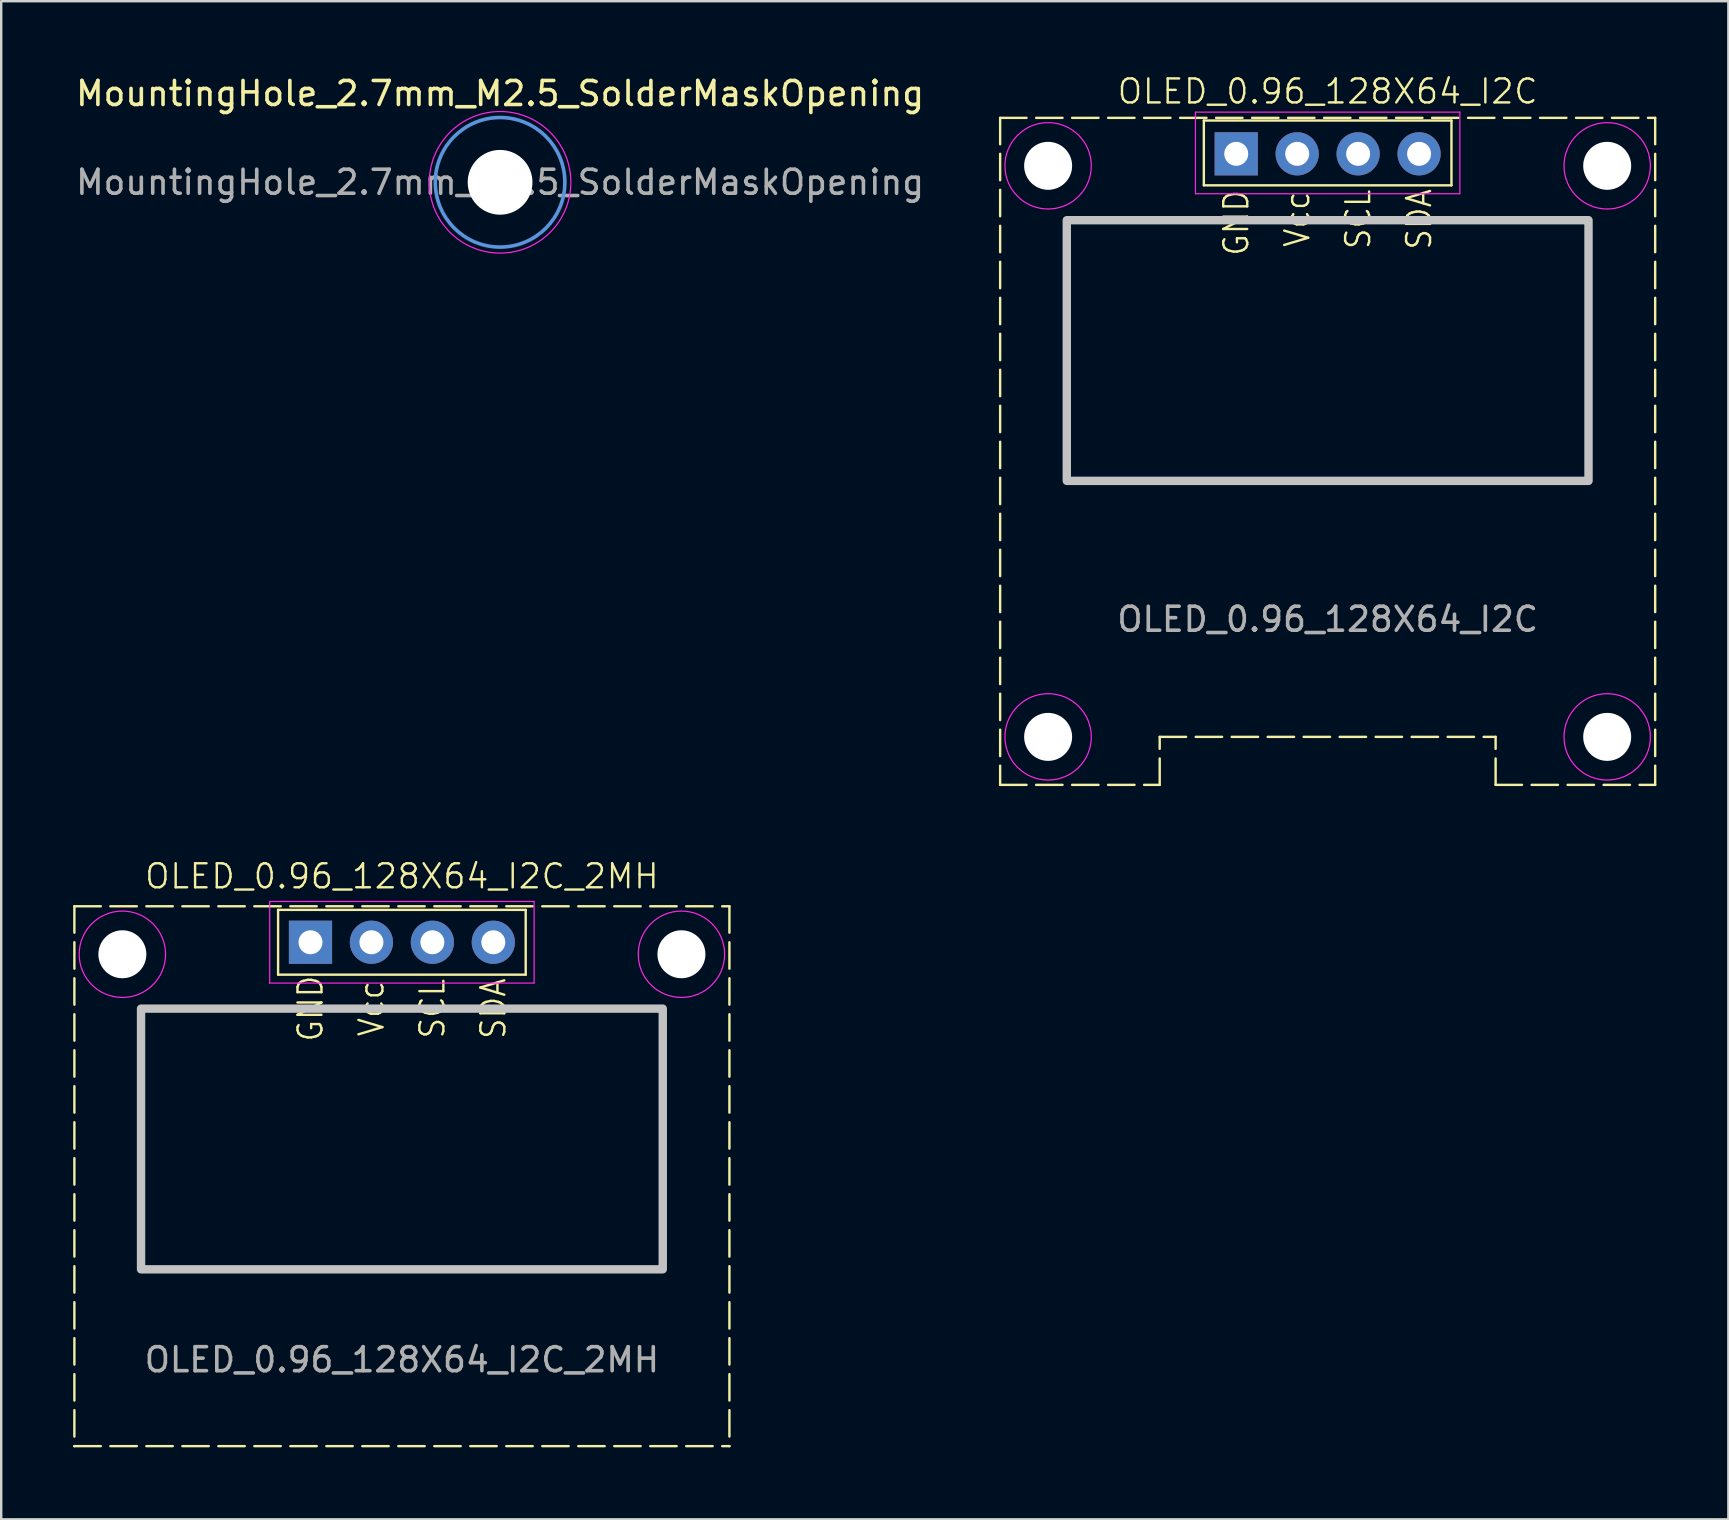
<source format=kicad_pcb>
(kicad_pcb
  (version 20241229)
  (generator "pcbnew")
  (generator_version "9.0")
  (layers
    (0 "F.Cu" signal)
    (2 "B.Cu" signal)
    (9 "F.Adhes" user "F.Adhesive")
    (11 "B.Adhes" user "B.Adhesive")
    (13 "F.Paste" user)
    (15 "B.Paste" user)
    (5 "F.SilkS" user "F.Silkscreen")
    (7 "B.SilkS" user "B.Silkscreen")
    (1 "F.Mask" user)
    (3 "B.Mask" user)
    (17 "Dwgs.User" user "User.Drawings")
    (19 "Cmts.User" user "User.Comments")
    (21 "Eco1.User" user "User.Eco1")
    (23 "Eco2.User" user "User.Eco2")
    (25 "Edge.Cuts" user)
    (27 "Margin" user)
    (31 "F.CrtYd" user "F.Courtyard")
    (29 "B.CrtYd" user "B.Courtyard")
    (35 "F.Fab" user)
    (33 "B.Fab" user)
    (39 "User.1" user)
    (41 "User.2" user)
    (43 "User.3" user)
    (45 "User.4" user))
  (footprint "OLED_0.96_128X64_I2C_2MH"
    (layer "F.Cu")
    (at 13.7 45.971)
    (property "Reference" "OLED_0.96_128X64_I2C_2MH" (at 0 -12.5 0) (unlocked yes) (layer "F.SilkS") (effects (font (size 1 1) (thickness 0.1))))
    (attr through_hole)
    (private_layers "User.1" "User.2")
    (fp_line (start -13.65 -11.25) (end -13.65 11.25) (stroke (width 0.1) (type dash)) (layer "F.SilkS"))
    (fp_line (start -13.65 -11.25) (end 13.65 -11.25) (stroke (width 0.1) (type dash)) (layer "F.SilkS"))
    (fp_line (start -13.65 11.25) (end 13.65 11.25) (stroke (width 0.1) (type dash)) (layer "F.SilkS"))
    (fp_line (start -5.16 -11.1) (end -5.16 -8.4) (stroke (width 0.1) (type default)) (layer "F.SilkS"))
    (fp_line (start -5.16 -11.1) (end 5.16 -11.1) (stroke (width 0.1) (type default)) (layer "F.SilkS"))
    (fp_line (start -5.16 -8.4) (end 5.16 -8.4) (stroke (width 0.1) (type default)) (layer "F.SilkS"))
    (fp_line (start 5.16 -11.1) (end 5.16 -8.4) (stroke (width 0.1) (type default)) (layer "F.SilkS"))
    (fp_line (start 13.65 -11.25) (end 13.65 11.25) (stroke (width 0.1) (type dash)) (layer "F.SilkS"))
    (fp_rect (start -10.872 -6.984) (end 10.872 3.88) (stroke (width 0.35) (type solid)) (fill no) (layer "Dwgs.User"))
    (fp_line (start -5.51 -11.45) (end -5.51 -8.05) (stroke (width 0.05) (type default)) (layer "F.CrtYd"))
    (fp_line (start -5.51 -11.45) (end 5.51 -11.45) (stroke (width 0.05) (type default)) (layer "F.CrtYd"))
    (fp_line (start 5.51 -11.45) (end 5.51 -8.05) (stroke (width 0.05) (type default)) (layer "F.CrtYd"))
    (fp_line (start 5.51 -8.05) (end -5.51 -8.05) (stroke (width 0.05) (type default)) (layer "F.CrtYd"))
    (fp_circle (center -11.65 -9.25) (end -9.85 -9.25) (stroke (width 0.05) (type default)) (fill no) (layer "F.CrtYd"))
    (fp_circle (center 11.65 -9.25) (end 13.45 -9.25) (stroke (width 0.05) (type default)) (fill no) (layer "F.CrtYd"))
    (fp_line (start -16 0) (end 16 0) (stroke (width 0.05) (type dash_dot)) (layer "User.1"))
    (fp_line (start -14.15 -9.25) (end -9.15 -9.25) (stroke (width 0.05) (type dash_dot)) (layer "User.1"))
    (fp_line (start -11.65 -11.75) (end -11.65 -6.75) (stroke (width 0.05) (type dash_dot)) (layer "User.1"))
    (fp_line (start 0 -12.35) (end 0 12.65) (stroke (width 0.05) (type dash_dot)) (layer "User.1"))
    (fp_line (start 9.15 -9.25) (end 14.15 -9.25) (stroke (width 0.05) (type dash_dot)) (layer "User.1"))
    (fp_line (start 11.65 -11.75) (end 11.65 -6.75) (stroke (width 0.05) (type dash_dot)) (layer "User.1"))
    (fp_text user "SDA" (at 3.81 -6.985 90) (unlocked yes) (layer "F.SilkS") (effects (font (size 1 0.9) (thickness 0.1))))
    (fp_text user "SCL" (at 1.27 -6.985 90) (unlocked yes) (layer "F.SilkS") (effects (font (size 1 0.9) (thickness 0.1))))
    (fp_text user "GND" (at -3.81 -6.985 90) (unlocked yes) (layer "F.SilkS") (effects (font (size 1 0.9) (thickness 0.1))))
    (fp_text user "Vcc" (at -1.27 -6.985 90) (unlocked yes) (layer "F.SilkS") (effects (font (size 1 0.9) (thickness 0.1))))
    (fp_text user "${REFERENCE}" (at 0 7.65 0) (unlocked yes) (layer "F.Fab") (effects (font (size 1 1) (thickness 0.15))))
    (fp_text_box "3D-model source:\nhttps://grabcad.com/library/oled-tft-0-96-inch-64x128-monochrome-i2c-1" (start -20 16.65) (end 18 19.65) (margins 0.5 0.5 0.5 0.5) (layer "User.2") (effects (font (size 0.6 0.6) (thickness 0.1) (bold yes)) (justify left top)) (border yes) (stroke (width 0.1) (type solid)))
    (dimension (type aligned) (layer "User.1") (pts (xy 0.05 34.721) (xy 0.05 57.221)) (height 3.35) (format (prefix "") (suffix "") (units 3) (units_format 1) (precision 2)) (style (thickness 0.1) (arrow_length 1.27) (text_position_mode 0) (arrow_direction outward) (extension_height 0.586) (extension_offset 0.5) (keep_text_aligned yes)) (gr_text "22.50 mm" (at -4.45 45.971 90) (layer "User.1") (effects (font (size 1 1) (thickness 0.15)))))
    (dimension (type aligned) (layer "User.1") (pts (xy 0.05 35.321) (xy 9.89 35.321)) (height -1.7) (format (prefix "") (suffix "") (units 3) (units_format 1) (precision 4)) (style (thickness 0.1) (arrow_length 0.635) (text_position_mode 0) (arrow_direction outward) (extension_height 0.586) (extension_offset 0.5) (keep_text_aligned yes)) (gr_text "9.8400 mm" (at 4.97 33.021 0) (layer "User.1") (effects (font (size 0.5 0.5) (thickness 0.1) (bold yes)))))
    (dimension (type aligned) (layer "User.1") (pts (xy 17.51 35.321) (xy 27.35 35.321)) (height -1.7) (format (prefix "") (suffix "") (units 3) (units_format 1) (precision 4)) (style (thickness 0.1) (arrow_length 0.635) (text_position_mode 0) (arrow_direction outward) (extension_height 0.586) (extension_offset 0.5) (keep_text_aligned yes)) (gr_text "9.8400 mm" (at 22.43 33.021 0) (layer "User.1") (effects (font (size 0.5 0.5) (thickness 0.1) (bold yes)))))
    (dimension (type aligned) (layer "User.1") (pts (xy 27.35 36.246) (xy 27.35 34.721)) (height 1.35) (format (prefix "") (suffix "") (units 3) (units_format 1) (precision 1)) (style (thickness 0.1) (arrow_length 0.318) (text_position_mode 2) (arrow_direction outward) (extension_height 0.586) (extension_offset 0.5) (keep_text_aligned yes)) (gr_text "1.5 mm" (at 28.7 38.621 90) (layer "User.1") (effects (font (size 0.5 0.5) (thickness 0.1) (bold yes)))))
    (dimension (type aligned) (layer "User.1") (pts (xy 0.05 57.221) (xy 27.35 57.221)) (height 3.4) (format (prefix "") (suffix "") (units 3) (units_format 1) (precision 2)) (style (thickness 0.1) (arrow_length 1.27) (text_position_mode 0) (arrow_direction outward) (extension_height 0.586) (extension_offset 0.5) (keep_text_aligned yes)) (gr_text "27.30 mm" (at 13.7 59.471 0) (layer "User.1") (effects (font (size 1 1) (thickness 0.15)))))
    (dimension (type aligned) (layer "User.1") (pts (xy 27.35 36.721) (xy 27.35 34.721)) (height 3.35) (format (prefix "") (suffix "") (units 3) (units_format 1) (precision 1)) (style (thickness 0.1) (arrow_length 0.318) (text_position_mode 2) (arrow_direction outward) (extension_height 0.586) (extension_offset 0.5) (keep_text_aligned yes)) (gr_text "2.0 mm" (at 30.7 38.471 90) (layer "User.1") (effects (font (size 0.5 0.5) (thickness 0.1) (bold yes)))))
    (pad "" np_thru_hole circle (at -11.65 -9.25) (size 2 2) (drill 2) (layers "*.Cu" "*.Mask"))
    (pad "" np_thru_hole circle (at 11.65 -9.25) (size 2 2) (drill 2) (layers "*.Cu" "*.Mask"))
    (pad "1" thru_hole rect (at -3.81 -9.75) (size 1.8 1.8) (drill 1) (layers "*.Cu" "*.Mask"))
    (pad "2" thru_hole circle (at -1.27 -9.75) (size 1.8 1.8) (drill 1) (layers "*.Cu" "*.Mask"))
    (pad "3" thru_hole circle (at 1.27 -9.75) (size 1.8 1.8) (drill 1) (layers "*.Cu" "*.Mask"))
    (pad "4" thru_hole circle (at 3.81 -9.75) (size 1.8 1.8) (drill 1) (layers "*.Cu" "*.Mask")))
  (footprint "OLED_0.96_128X64_I2C"
    (layer "F.Cu")
    (at 52.283 15.761)
    (property "Reference" "OLED_0.96_128X64_I2C" (at 0 -15 0) (unlocked yes) (layer "F.SilkS") (effects (font (size 1 1) (thickness 0.1))))
    (attr through_hole)
    (private_layers "User.1" "User.2")
    (fp_line (start -13.65 -13.9) (end -13.65 13.9) (stroke (width 0.1) (type dash)) (layer "F.SilkS"))
    (fp_line (start -13.65 -13.9) (end 13.65 -13.9) (stroke (width 0.1) (type dash)) (layer "F.SilkS"))
    (fp_line (start -13.65 13.9) (end -7 13.9) (stroke (width 0.1) (type dash)) (layer "F.SilkS"))
    (fp_line (start -7 11.9) (end 7 11.9) (stroke (width 0.1) (type dash)) (layer "F.SilkS"))
    (fp_line (start -7 13.9) (end -7 11.9) (stroke (width 0.1) (type dash)) (layer "F.SilkS"))
    (fp_line (start -5.16 -13.788) (end -5.16 -11.088) (stroke (width 0.1) (type default)) (layer "F.SilkS"))
    (fp_line (start -5.16 -13.788) (end 5.16 -13.788) (stroke (width 0.1) (type default)) (layer "F.SilkS"))
    (fp_line (start -5.16 -11.088) (end 5.16 -11.088) (stroke (width 0.1) (type default)) (layer "F.SilkS"))
    (fp_line (start 5.16 -13.788) (end 5.16 -11.088) (stroke (width 0.1) (type default)) (layer "F.SilkS"))
    (fp_line (start 7 13.9) (end 7 11.9) (stroke (width 0.1) (type dash)) (layer "F.SilkS"))
    (fp_line (start 7 13.9) (end 13.65 13.9) (stroke (width 0.1) (type dash)) (layer "F.SilkS"))
    (fp_line (start 13.65 -13.9) (end 13.65 13.9) (stroke (width 0.1) (type dash)) (layer "F.SilkS"))
    (fp_rect (start -10.872 -9.634) (end 10.872 1.23) (stroke (width 0.35) (type solid)) (fill no) (layer "Dwgs.User"))
    (fp_line (start -5.51 -14.138) (end -5.51 -10.738) (stroke (width 0.05) (type default)) (layer "F.CrtYd"))
    (fp_line (start -5.51 -14.138) (end 5.51 -14.138) (stroke (width 0.05) (type default)) (layer "F.CrtYd"))
    (fp_line (start 5.51 -14.138) (end 5.51 -10.738) (stroke (width 0.05) (type default)) (layer "F.CrtYd"))
    (fp_line (start 5.51 -10.738) (end -5.51 -10.738) (stroke (width 0.05) (type default)) (layer "F.CrtYd"))
    (fp_circle (center -11.65 -11.9) (end -9.85 -11.9) (stroke (width 0.05) (type default)) (fill no) (layer "F.CrtYd"))
    (fp_circle (center -11.65 11.9) (end -9.85 11.9) (stroke (width 0.05) (type default)) (fill no) (layer "F.CrtYd"))
    (fp_circle (center 11.65 -11.9) (end 13.45 -11.9) (stroke (width 0.05) (type default)) (fill no) (layer "F.CrtYd"))
    (fp_circle (center 11.65 11.9) (end 13.45 11.9) (stroke (width 0.05) (type default)) (fill no) (layer "F.CrtYd"))
    (fp_line (start -16 0) (end 16 0) (stroke (width 0.05) (type dash_dot)) (layer "User.1"))
    (fp_line (start -14.15 -11.9) (end -9.15 -11.9) (stroke (width 0.05) (type dash_dot)) (layer "User.1"))
    (fp_line (start -14.15 11.9) (end -9.15 11.9) (stroke (width 0.05) (type dash_dot)) (layer "User.1"))
    (fp_line (start -11.65 -14.4) (end -11.65 -9.4) (stroke (width 0.05) (type dash_dot)) (layer "User.1"))
    (fp_line (start -11.65 9.4) (end -11.65 14.4) (stroke (width 0.05) (type dash_dot)) (layer "User.1"))
    (fp_line (start 0 -15) (end 0 15) (stroke (width 0.05) (type dash_dot)) (layer "User.1"))
    (fp_line (start 9.15 -11.9) (end 14.15 -11.9) (stroke (width 0.05) (type dash_dot)) (layer "User.1"))
    (fp_line (start 9.15 11.9) (end 14.15 11.9) (stroke (width 0.05) (type dash_dot)) (layer "User.1"))
    (fp_line (start 11 -15) (end 11 15) (stroke (width 0.05) (type dash_dot)) (layer "User.1"))
    (fp_line (start 11.65 -14.4) (end 11.65 -9.4) (stroke (width 0.05) (type dash_dot)) (layer "User.1"))
    (fp_line (start 11.65 9.4) (end 11.65 14.4) (stroke (width 0.05) (type dash_dot)) (layer "User.1"))
    (fp_text user "Vcc" (at -1.27 -9.673 90) (unlocked yes) (layer "F.SilkS") (effects (font (size 1 0.9) (thickness 0.1))))
    (fp_text user "SDA" (at 3.81 -9.673 90) (unlocked yes) (layer "F.SilkS") (effects (font (size 1 0.9) (thickness 0.1))))
    (fp_text user "SCL" (at 1.27 -9.673 90) (unlocked yes) (layer "F.SilkS") (effects (font (size 1 0.9) (thickness 0.1))))
    (fp_text user "GND" (at -3.81 -9.525 90) (unlocked yes) (layer "F.SilkS") (effects (font (size 1 0.9) (thickness 0.1))))
    (fp_text user "${REFERENCE}" (at 0 7 0) (unlocked yes) (layer "F.Fab") (effects (font (size 1 1) (thickness 0.15))))
    (fp_text_box "3D-model source:\nhttps://grabcad.com/library/oled-tft-0-96-inch-64x128-monochrome-i2c-1" (start -19 20) (end 19 23) (margins 0.5 0.5 0.5 0.5) (layer "User.2") (effects (font (size 0.6 0.6) (thickness 0.1) (bold yes)) (justify left top)) (border yes) (stroke (width 0.1) (type solid)))
    (dimension (type aligned) (layer "User.1") (pts (xy 38.633 1.861) (xy 38.633 29.66)) (height 3.35) (format (prefix "") (suffix "") (units 3) (units_format 1) (precision 2)) (style (thickness 0.1) (arrow_length 1.27) (text_position_mode 0) (arrow_direction outward) (extension_height 0.586) (extension_offset 0.5) (keep_text_aligned yes)) (gr_text "27.80 mm" (at 34.133 15.761 90) (layer "User.1") (effects (font (size 1 1) (thickness 0.15)))))
    (dimension (type aligned) (layer "User.1") (pts (xy 65.933 29.66) (xy 65.933 27.66)) (height 2.35) (format (prefix "") (suffix "") (units 3) (units_format 1) (precision 1)) (style (thickness 0.1) (arrow_length 0.318) (text_position_mode 2) (arrow_direction outward) (extension_height 0.586) (extension_offset 0.5) (keep_text_aligned yes)) (gr_text "2.0 mm" (at 69.283 28.66 90) (layer "User.1") (effects (font (size 0.5 0.5) (thickness 0.1) (bold yes)))))
    (dimension (type aligned) (layer "User.1") (pts (xy 38.633 29.66) (xy 65.933 29.66)) (height 4.1) (format (prefix "") (suffix "") (units 3) (units_format 1) (precision 2)) (style (thickness 0.1) (arrow_length 1.27) (text_position_mode 0) (arrow_direction outward) (extension_height 0.586) (extension_offset 0.5) (keep_text_aligned yes)) (gr_text "27.30 mm" (at 52.283 32.61 0) (layer "User.1") (effects (font (size 1 1) (thickness 0.15)))))
    (dimension (type aligned) (layer "User.1") (pts (xy 56.093 2.461) (xy 65.933 2.461)) (height -1.7) (format (prefix "") (suffix "") (units 3) (units_format 1) (precision 4)) (style (thickness 0.1) (arrow_length 0.635) (text_position_mode 0) (arrow_direction outward) (extension_height 0.586) (extension_offset 0.5) (keep_text_aligned yes)) (gr_text "9.8400 mm" (at 61.013 0.161 0) (layer "User.1") (effects (font (size 0.5 0.5) (thickness 0.1) (bold yes)))))
    (dimension (type aligned) (layer "User.1") (pts (xy 65.933 3.385) (xy 65.933 1.861)) (height 2.35) (format (prefix "") (suffix "") (units 3) (units_format 1) (precision 1)) (style (thickness 0.1) (arrow_length 0.318) (text_position_mode 2) (arrow_direction outward) (extension_height 0.586) (extension_offset 0.5) (keep_text_aligned yes)) (gr_text "1.5 mm" (at 69.283 2.76 90) (layer "User.1") (effects (font (size 0.5 0.5) (thickness 0.1) (bold yes)))))
    (dimension (type aligned) (layer "User.1") (pts (xy 38.633 2.461) (xy 48.473 2.461)) (height -1.7) (format (prefix "") (suffix "") (units 3) (units_format 1) (precision 4)) (style (thickness 0.1) (arrow_length 0.635) (text_position_mode 0) (arrow_direction outward) (extension_height 0.586) (extension_offset 0.5) (keep_text_aligned yes)) (gr_text "9.8400 mm" (at 43.553 0.161 0) (layer "User.1") (effects (font (size 0.5 0.5) (thickness 0.1) (bold yes)))))
    (pad "" np_thru_hole circle (at -11.65 -11.9) (size 2 2) (drill 2) (layers "*.Cu" "*.Mask"))
    (pad "" np_thru_hole circle (at -11.65 11.9) (size 2 2) (drill 2) (layers "*.Cu" "*.Mask"))
    (pad "" np_thru_hole circle (at 11.65 -11.9) (size 2 2) (drill 2) (layers "*.Cu" "*.Mask"))
    (pad "" np_thru_hole circle (at 11.65 11.9) (size 2 2) (drill 2) (layers "*.Cu" "*.Mask"))
    (pad "1" thru_hole rect (at -3.81 -12.4) (size 1.8 1.8) (drill 1) (layers "*.Cu" "*.Mask"))
    (pad "2" thru_hole circle (at -1.27 -12.4) (size 1.8 1.8) (drill 1) (layers "*.Cu" "*.Mask"))
    (pad "3" thru_hole circle (at 1.27 -12.4) (size 1.8 1.8) (drill 1) (layers "*.Cu" "*.Mask"))
    (pad "4" thru_hole circle (at 3.81 -12.4) (size 1.8 1.8) (drill 1) (layers "*.Cu" "*.Mask")))
  (footprint "MountingHole_2.7mm_M2.5_SolderMaskOpening"
    (layer "F.Cu")
    (at 17.792 4.548)
    (property "Reference" "MountingHole_2.7mm_M2.5_SolderMaskOpening" (at 0 -3.7 0) (layer "F.SilkS") (effects (font (size 1 1) (thickness 0.15))))
    (attr exclude_from_pos_files exclude_from_bom)
    (fp_circle (center 0 0) (end 2.7 0) (stroke (width 0.15) (type solid)) (fill no) (layer "Cmts.User"))
    (fp_circle (center 0 0) (end 2.95 0) (stroke (width 0.05) (type solid)) (fill no) (layer "F.CrtYd"))
    (fp_text user "${REFERENCE}" (at 0 0 0) (layer "F.Fab") (effects (font (size 1 1) (thickness 0.15))))
    (pad "" np_thru_hole circle (at 0 0) (size 2.7 2.7) (drill 2.7) (layers "*.Cu" "*.Mask")))
  (gr_rect
    (start -3 -3)
    (end 68.983 60.271)
    (stroke (width 0.1) (type default))
    (fill no)
    (layer "Edge.Cuts")))
</source>
